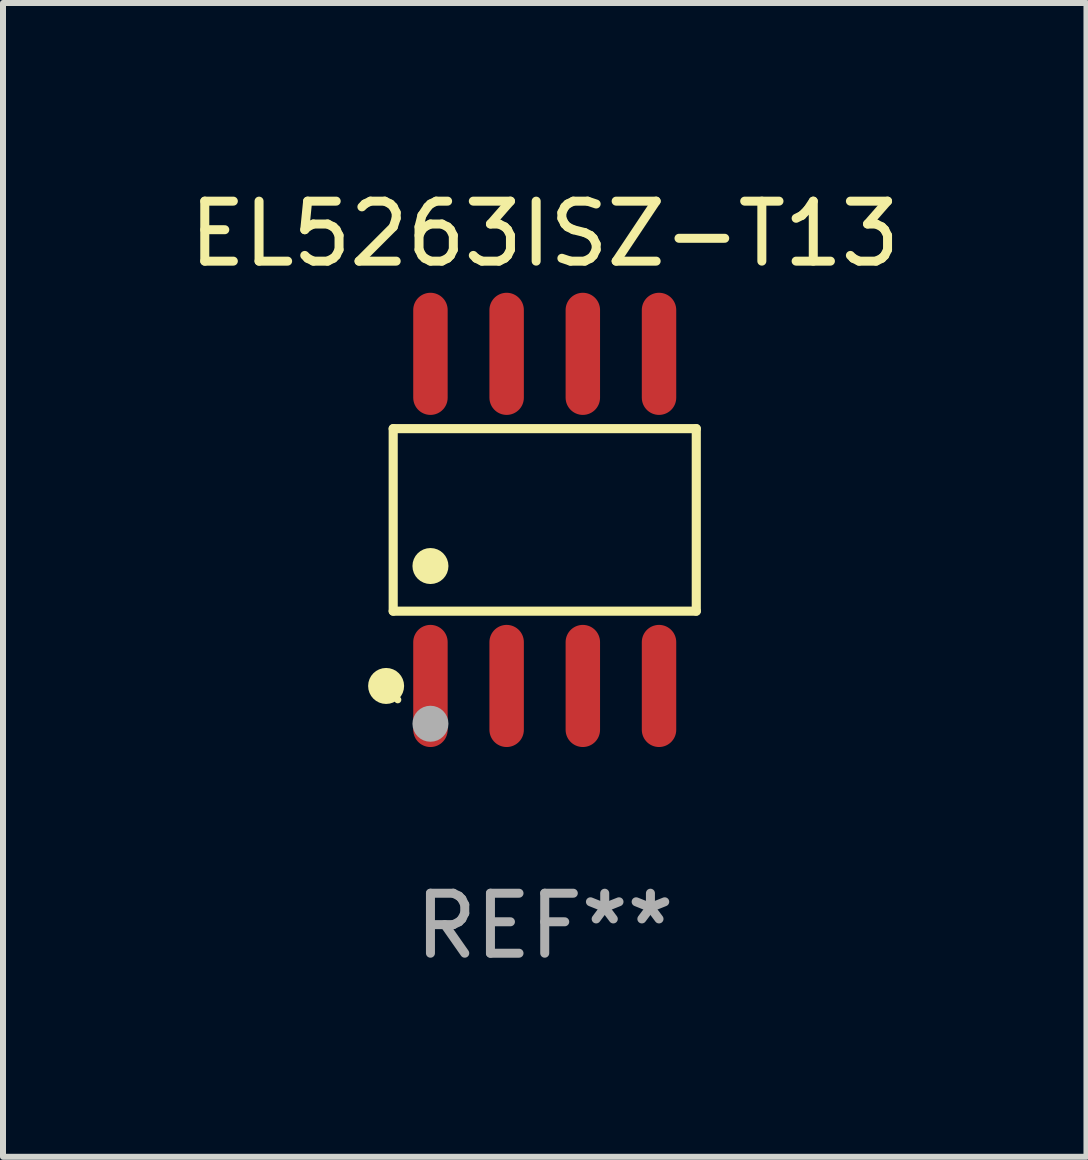
<source format=kicad_pcb>
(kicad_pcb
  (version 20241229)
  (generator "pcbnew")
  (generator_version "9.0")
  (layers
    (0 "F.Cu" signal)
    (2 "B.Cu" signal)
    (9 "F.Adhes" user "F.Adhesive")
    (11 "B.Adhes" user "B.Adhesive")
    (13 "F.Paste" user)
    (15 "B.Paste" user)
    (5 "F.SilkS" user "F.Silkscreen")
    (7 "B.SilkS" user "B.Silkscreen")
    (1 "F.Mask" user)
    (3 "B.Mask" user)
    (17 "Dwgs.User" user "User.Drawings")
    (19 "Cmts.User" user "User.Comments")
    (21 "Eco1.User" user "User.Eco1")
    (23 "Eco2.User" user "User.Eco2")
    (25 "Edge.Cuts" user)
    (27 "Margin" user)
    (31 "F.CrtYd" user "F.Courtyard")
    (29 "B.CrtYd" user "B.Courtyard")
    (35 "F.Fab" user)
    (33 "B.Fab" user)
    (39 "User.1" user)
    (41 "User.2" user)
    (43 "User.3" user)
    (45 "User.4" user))
  (footprint "EL5263ISZ-T13"
    (layer "F.Cu")
    (at 6.03 5.616)
    (property "Reference" "EL5263ISZ-T13" (at 0 -4.768 0) (layer "F.SilkS") (effects (font (size 1 1) (thickness 0.15))))
    (attr through_hole)
    (fp_line (start -2.526 -1.521) (end 2.526 -1.521) (stroke (width 0.152) (type solid)) (layer "F.SilkS"))
    (fp_line (start -2.526 1.521) (end -2.526 -1.521) (stroke (width 0.152) (type solid)) (layer "F.SilkS"))
    (fp_line (start 2.526 -1.521) (end 2.526 1.521) (stroke (width 0.152) (type solid)) (layer "F.SilkS"))
    (fp_line (start 2.526 1.521) (end -2.526 1.521) (stroke (width 0.152) (type solid)) (layer "F.SilkS"))
    (fp_circle (center -2.644 2.768) (end -2.494 2.768) (stroke (width 0.3) (type solid)) (fill no) (layer "F.SilkS"))
    (fp_circle (center -2.45 2.998) (end -2.42 2.998) (stroke (width 0.06) (type solid)) (fill no) (layer "F.SilkS"))
    (fp_circle (center -1.905 0.769) (end -1.755 0.769) (stroke (width 0.3) (type solid)) (fill no) (layer "F.SilkS"))
    (fp_circle (center -1.905 3.398) (end -1.755 3.398) (stroke (width 0.3) (type solid)) (fill no) (layer "F.Fab"))
    (fp_text user "REF**" (at 0 6.768 0) (layer "F.Fab") (effects (font (size 1 1) (thickness 0.15))))
    (pad "1" smd oval (at -1.905 2.768) (size 0.574 2.036) (layers "F.Cu" "F.Mask" "F.Paste"))
    (pad "2" smd oval (at -0.635 2.768) (size 0.574 2.036) (layers "F.Cu" "F.Mask" "F.Paste"))
    (pad "3" smd oval (at 0.635 2.768) (size 0.574 2.036) (layers "F.Cu" "F.Mask" "F.Paste"))
    (pad "4" smd oval (at 1.905 2.768) (size 0.574 2.036) (layers "F.Cu" "F.Mask" "F.Paste"))
    (pad "5" smd oval (at 1.905 -2.768) (size 0.574 2.036) (layers "F.Cu" "F.Mask" "F.Paste"))
    (pad "6" smd oval (at 0.635 -2.768) (size 0.574 2.036) (layers "F.Cu" "F.Mask" "F.Paste"))
    (pad "7" smd oval (at -0.635 -2.768) (size 0.574 2.036) (layers "F.Cu" "F.Mask" "F.Paste"))
    (pad "8" smd oval (at -1.905 -2.768) (size 0.574 2.036) (layers "F.Cu" "F.Mask" "F.Paste")))
  (gr_rect
    (start -3 -3)
    (end 15.06 16.232)
    (stroke (width 0.1) (type default))
    (fill no)
    (layer "Edge.Cuts")))
</source>
